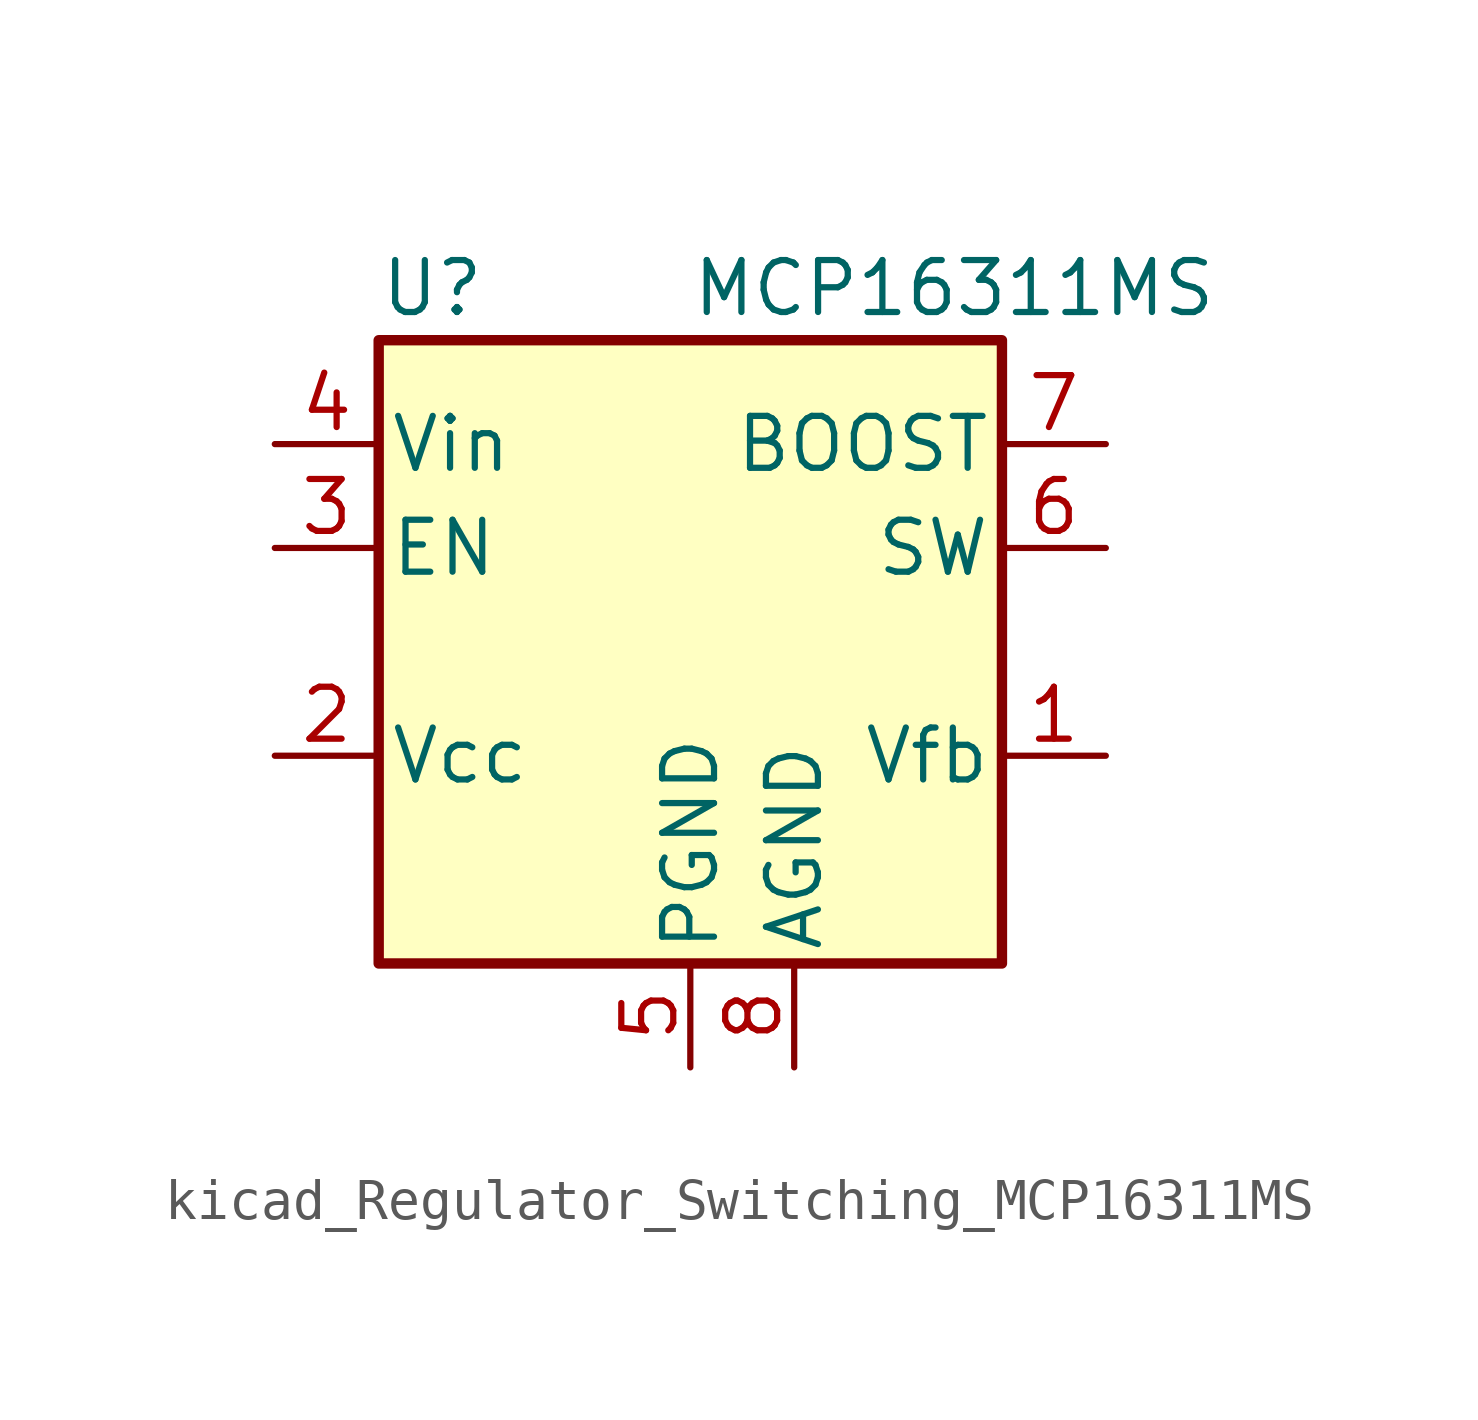
<source format=kicad_sym>
(kicad_symbol_lib
  (version 20220914)
  (generator kicad_symbol_editor)
  (symbol "kicad_Regulator_Switching_MCP16311MS"
    (pin_names
      (offset 0.254))
    (property "Reference" "U"
      (at -7.62 11.43 0)
      (effects (font (size 1.27 1.27)) (justify left)))
    (property "Value" "MCP16311MS"
      (at 0 11.43 0)
      (effects (font (size 1.27 1.27)) (justify left)))
    (symbol "kicad_Regulator_Switching_MCP16311MS_0_1"
      (rectangle (start -7.62 10.16) (end 7.62 -5.08) (stroke (width 0.254) (type default)) (fill (type background))))
    (symbol "kicad_Regulator_Switching_MCP16311MS_1_1"
      (pin input line (at 10.16 0 180) (length 2.54) (name "Vfb" (effects (font (size 1.27 1.27)))) (number "1" (effects (font (size 1.27 1.27)))))
      (pin power_out line (at -10.16 0 0) (length 2.54) (name "Vcc" (effects (font (size 1.27 1.27)))) (number "2" (effects (font (size 1.27 1.27)))))
      (pin input line (at -10.16 5.08 0) (length 2.54) (name "EN" (effects (font (size 1.27 1.27)))) (number "3" (effects (font (size 1.27 1.27)))))
      (pin power_in line (at -10.16 7.62 0) (length 2.54) (name "Vin" (effects (font (size 1.27 1.27)))) (number "4" (effects (font (size 1.27 1.27)))))
      (pin power_in line (at 0 -7.62 90) (length 2.54) (name "PGND" (effects (font (size 1.27 1.27)))) (number "5" (effects (font (size 1.27 1.27)))))
      (pin output line (at 10.16 5.08 180) (length 2.54) (name "SW" (effects (font (size 1.27 1.27)))) (number "6" (effects (font (size 1.27 1.27)))))
      (pin output line (at 10.16 7.62 180) (length 2.54) (name "BOOST" (effects (font (size 1.27 1.27)))) (number "7" (effects (font (size 1.27 1.27)))))
      (pin power_in line (at 2.54 -7.62 90) (length 2.54) (name "AGND" (effects (font (size 1.27 1.27)))) (number "8" (effects (font (size 1.27 1.27))))))))
</source>
